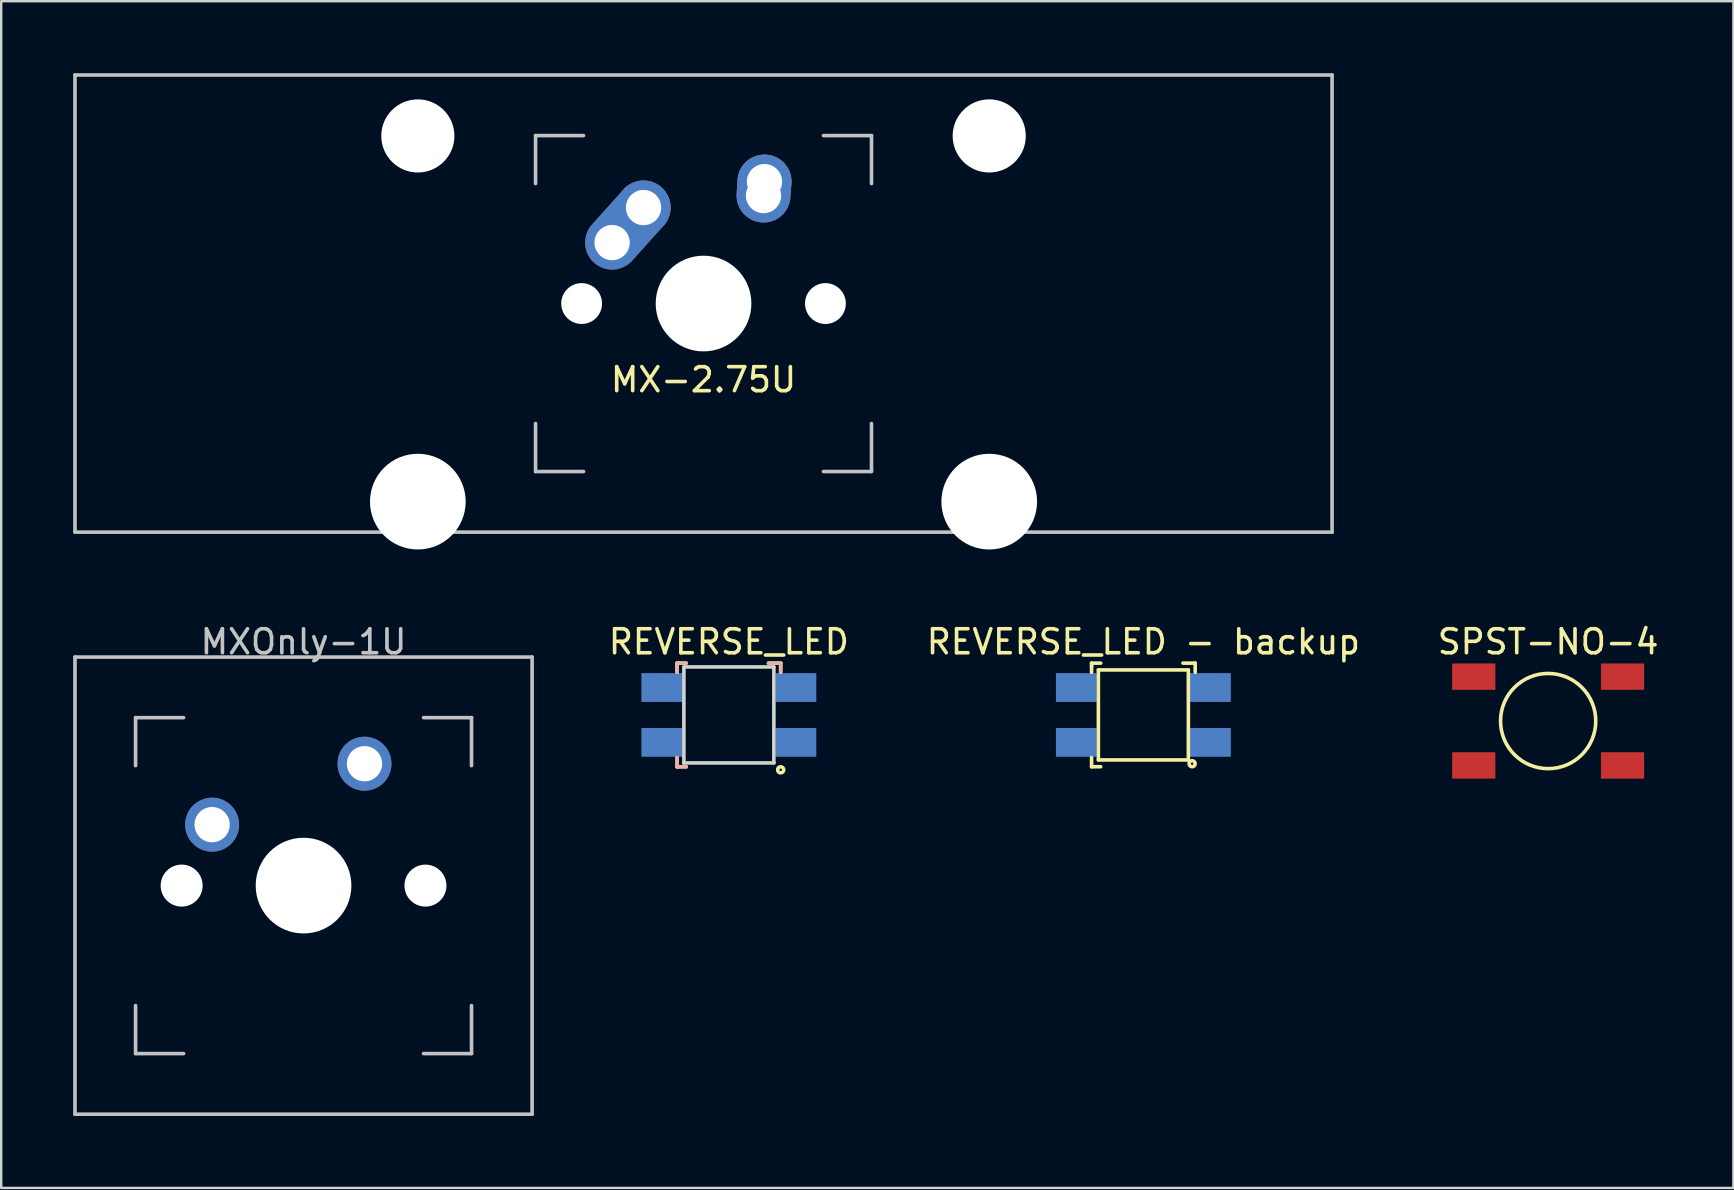
<source format=kicad_pcb>
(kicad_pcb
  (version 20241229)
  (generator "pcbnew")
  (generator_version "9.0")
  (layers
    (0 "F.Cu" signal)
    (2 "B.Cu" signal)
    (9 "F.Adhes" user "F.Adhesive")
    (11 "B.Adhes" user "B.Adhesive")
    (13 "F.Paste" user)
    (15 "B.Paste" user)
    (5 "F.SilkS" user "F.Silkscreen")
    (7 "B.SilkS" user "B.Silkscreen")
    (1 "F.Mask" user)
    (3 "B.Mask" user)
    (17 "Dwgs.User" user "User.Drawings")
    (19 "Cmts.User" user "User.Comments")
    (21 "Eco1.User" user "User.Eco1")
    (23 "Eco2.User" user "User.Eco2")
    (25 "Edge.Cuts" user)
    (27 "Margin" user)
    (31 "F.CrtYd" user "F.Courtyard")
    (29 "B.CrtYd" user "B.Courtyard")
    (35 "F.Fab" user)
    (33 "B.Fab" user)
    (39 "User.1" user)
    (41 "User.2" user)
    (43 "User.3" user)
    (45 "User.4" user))
  (footprint "MXOnly-1U"
    (layer "F.Cu")
    (at 9.6 33.857)
    (property "Reference" "MXOnly-1U" (at 0 -10.16 0) (layer "Dwgs.User") (effects (font (size 1 1) (thickness 0.15))))
    (attr through_hole)
    (fp_line (start -9.525 -9.525) (end 9.525 -9.525) (stroke (width 0.15) (type solid)) (layer "Dwgs.User"))
    (fp_line (start -9.525 9.525) (end -9.525 -9.525) (stroke (width 0.15) (type solid)) (layer "Dwgs.User"))
    (fp_line (start -7 -7) (end -7 -5) (stroke (width 0.15) (type solid)) (layer "Dwgs.User"))
    (fp_line (start -7 5) (end -7 7) (stroke (width 0.15) (type solid)) (layer "Dwgs.User"))
    (fp_line (start -7 7) (end -5 7) (stroke (width 0.15) (type solid)) (layer "Dwgs.User"))
    (fp_line (start -5 -7) (end -7 -7) (stroke (width 0.15) (type solid)) (layer "Dwgs.User"))
    (fp_line (start 5 -7) (end 7 -7) (stroke (width 0.15) (type solid)) (layer "Dwgs.User"))
    (fp_line (start 5 7) (end 7 7) (stroke (width 0.15) (type solid)) (layer "Dwgs.User"))
    (fp_line (start 7 -7) (end 7 -5) (stroke (width 0.15) (type solid)) (layer "Dwgs.User"))
    (fp_line (start 7 7) (end 7 5) (stroke (width 0.15) (type solid)) (layer "Dwgs.User"))
    (fp_line (start 9.525 -9.525) (end 9.525 9.525) (stroke (width 0.15) (type solid)) (layer "Dwgs.User"))
    (fp_line (start 9.525 9.525) (end -9.525 9.525) (stroke (width 0.15) (type solid)) (layer "Dwgs.User"))
    (pad "" np_thru_hole circle (at -5.08 0 48.1) (size 1.75 1.75) (drill 1.75) (layers "*.Cu" "*.Mask"))
    (pad "" np_thru_hole circle (at 0 0) (size 3.988 3.988) (drill 3.988) (layers "*.Cu" "*.Mask"))
    (pad "" np_thru_hole circle (at 5.08 0 48.1) (size 1.75 1.75) (drill 1.75) (layers "*.Cu" "*.Mask"))
    (pad "1" thru_hole circle (at -3.81 -2.54) (size 2.25 2.25) (drill 1.47) (layers "*.Cu" "B.Mask"))
    (pad "2" thru_hole circle (at 2.54 -5.08) (size 2.25 2.25) (drill 1.47) (layers "*.Cu" "B.Mask")))
  (footprint "REVERSE_LED - backup"
    (layer "F.Cu")
    (at 44.599 26.745)
    (property "Reference" "REVERSE_LED - backup" (at 0 -3.048 0) (layer "F.SilkS") (effects (font (size 1 1) (thickness 0.15))))
    (attr through_hole)
    (fp_line (start -2.159 -2.159) (end -1.778 -2.159) (stroke (width 0.15) (type solid)) (layer "F.SilkS"))
    (fp_line (start -2.159 -2.032) (end -2.159 -2.159) (stroke (width 0.15) (type solid)) (layer "F.SilkS"))
    (fp_line (start -2.159 -1.778) (end -2.159 -2.032) (stroke (width 0.15) (type solid)) (layer "F.SilkS"))
    (fp_line (start -2.159 1.778) (end -2.159 2.159) (stroke (width 0.15) (type solid)) (layer "F.SilkS"))
    (fp_line (start -2.159 2.159) (end -1.778 2.159) (stroke (width 0.15) (type solid)) (layer "F.SilkS"))
    (fp_line (start -1.875 -1.875) (end 1.875 -1.875) (stroke (width 0.15) (type solid)) (layer "F.SilkS"))
    (fp_line (start -1.875 1.875) (end -1.875 -1.875) (stroke (width 0.15) (type solid)) (layer "F.SilkS"))
    (fp_line (start 1.651 -2.159) (end 2.159 -2.159) (stroke (width 0.15) (type solid)) (layer "F.SilkS"))
    (fp_line (start 1.875 -1.875) (end 1.875 1.875) (stroke (width 0.15) (type solid)) (layer "F.SilkS"))
    (fp_line (start 1.875 1.875) (end -1.875 1.875) (stroke (width 0.15) (type solid)) (layer "F.SilkS"))
    (fp_line (start 2.159 -2.159) (end 2.159 -1.778) (stroke (width 0.15) (type solid)) (layer "F.SilkS"))
    (fp_circle (center 2.032 2.032) (end 2.083 2.032) (stroke (width 0.15) (type solid)) (fill no) (layer "F.SilkS"))
    (pad "1" smd rect (at -2.794 -1.143) (size 1.7 1.2) (layers "B.Cu" "B.Mask" "B.Paste"))
    (pad "2" smd rect (at -2.794 1.143) (size 1.7 1.2) (layers "B.Cu" "B.Mask" "B.Paste"))
    (pad "3" smd rect (at 2.794 -1.143) (size 1.7 1.2) (layers "B.Cu" "B.Mask" "B.Paste"))
    (pad "4" smd rect (at 2.794 1.143) (size 1.7 1.2) (layers "B.Cu" "B.Mask" "B.Paste")))
  (footprint "REVERSE_LED"
    (layer "F.Cu")
    (at 27.325 26.745)
    (property "Reference" "REVERSE_LED" (at 0 -3.048 0) (layer "F.SilkS") (effects (font (size 1 1) (thickness 0.15))))
    (attr through_hole)
    (fp_line (start -2.159 -2.159) (end -1.778 -2.159) (stroke (width 0.15) (type solid)) (layer "F.SilkS"))
    (fp_line (start -2.159 -2.032) (end -2.159 -2.159) (stroke (width 0.15) (type solid)) (layer "F.SilkS"))
    (fp_line (start -2.159 -1.778) (end -2.159 -2.032) (stroke (width 0.15) (type solid)) (layer "F.SilkS"))
    (fp_line (start -2.159 1.778) (end -2.159 2.159) (stroke (width 0.15) (type solid)) (layer "F.SilkS"))
    (fp_line (start -2.159 2.159) (end -1.778 2.159) (stroke (width 0.15) (type solid)) (layer "F.SilkS"))
    (fp_line (start 1.651 -2.159) (end 2.159 -2.159) (stroke (width 0.15) (type solid)) (layer "F.SilkS"))
    (fp_line (start 2.159 -2.159) (end 2.159 -1.778) (stroke (width 0.15) (type solid)) (layer "F.SilkS"))
    (fp_circle (center 2.159 2.286) (end 2.286 2.286) (stroke (width 0.15) (type solid)) (fill no) (layer "F.SilkS"))
    (fp_line (start -2.159 -2.159) (end -1.778 -2.159) (stroke (width 0.15) (type solid)) (layer "B.SilkS"))
    (fp_line (start -2.159 -1.778) (end -2.159 -2.159) (stroke (width 0.15) (type solid)) (layer "B.SilkS"))
    (fp_line (start -2.159 1.778) (end -2.159 2.159) (stroke (width 0.15) (type solid)) (layer "B.SilkS"))
    (fp_line (start -2.159 2.159) (end -1.778 2.159) (stroke (width 0.15) (type solid)) (layer "B.SilkS"))
    (fp_line (start 1.651 -2.159) (end 2.159 -2.159) (stroke (width 0.15) (type solid)) (layer "B.SilkS"))
    (fp_line (start 2.159 -2.159) (end 2.159 -1.778) (stroke (width 0.15) (type solid)) (layer "B.SilkS"))
    (fp_line (start -1.875 -2) (end 1.875 -2) (stroke (width 0.15) (type solid)) (layer "Edge.Cuts"))
    (fp_line (start -1.875 2) (end -1.875 -2) (stroke (width 0.15) (type solid)) (layer "Edge.Cuts"))
    (fp_line (start 1.875 -2) (end 1.875 2) (stroke (width 0.15) (type solid)) (layer "Edge.Cuts"))
    (fp_line (start 1.875 2) (end -1.875 2) (stroke (width 0.15) (type solid)) (layer "Edge.Cuts"))
    (pad "1" smd rect (at -2.794 -1.143) (size 1.7 1.2) (layers "B.Cu" "B.Mask" "B.Paste"))
    (pad "2" smd rect (at -2.794 1.143) (size 1.7 1.2) (layers "B.Cu" "B.Mask" "B.Paste"))
    (pad "3" smd rect (at 2.794 1.143) (size 1.7 1.2) (layers "B.Cu" "B.Mask" "B.Paste"))
    (pad "4" smd rect (at 2.794 -1.143) (size 1.7 1.2) (layers "B.Cu" "B.Mask" "B.Paste")))
  (footprint "MX-2.75U"
    (layer "F.Cu")
    (at 26.269 9.6)
    (property "Reference" "MX-2.75U" (at 0 3.175 0) (layer "F.SilkS") (effects (font (size 1 1) (thickness 0.15))))
    (attr through_hole)
    (fp_line (start -26.194 -9.525) (end 26.194 -9.525) (stroke (width 0.15) (type solid)) (layer "Dwgs.User"))
    (fp_line (start -26.194 9.525) (end -26.194 -9.525) (stroke (width 0.15) (type solid)) (layer "Dwgs.User"))
    (fp_line (start -26.194 9.525) (end 26.194 9.525) (stroke (width 0.15) (type solid)) (layer "Dwgs.User"))
    (fp_line (start -7 -7) (end -7 -5) (stroke (width 0.15) (type solid)) (layer "Dwgs.User"))
    (fp_line (start -7 5) (end -7 7) (stroke (width 0.15) (type solid)) (layer "Dwgs.User"))
    (fp_line (start -7 7) (end -5 7) (stroke (width 0.15) (type solid)) (layer "Dwgs.User"))
    (fp_line (start -5 -7) (end -7 -7) (stroke (width 0.15) (type solid)) (layer "Dwgs.User"))
    (fp_line (start 5 -7) (end 7 -7) (stroke (width 0.15) (type solid)) (layer "Dwgs.User"))
    (fp_line (start 5 7) (end 7 7) (stroke (width 0.15) (type solid)) (layer "Dwgs.User"))
    (fp_line (start 7 -7) (end 7 -5) (stroke (width 0.15) (type solid)) (layer "Dwgs.User"))
    (fp_line (start 7 7) (end 7 5) (stroke (width 0.15) (type solid)) (layer "Dwgs.User"))
    (fp_line (start 26.194 -9.525) (end 26.194 9.525) (stroke (width 0.15) (type solid)) (layer "Dwgs.User"))
    (pad "" np_thru_hole circle (at -11.906 -6.985) (size 3.048 3.048) (drill 3.048) (layers "*.Cu" "*.Mask"))
    (pad "" np_thru_hole circle (at -11.906 8.255) (size 3.988 3.988) (drill 3.988) (layers "*.Cu" "*.Mask"))
    (pad "" np_thru_hole circle (at -5.08 0 48.1) (size 1.702 1.702) (drill 1.702) (layers "*.Cu" "*.Mask"))
    (pad "" np_thru_hole circle (at 0 0) (size 3.988 3.988) (drill 3.988) (layers "*.Cu" "*.Mask"))
    (pad "" np_thru_hole circle (at 5.08 0 48.1) (size 1.702 1.702) (drill 1.702) (layers "*.Cu" "*.Mask"))
    (pad "" np_thru_hole circle (at 11.906 -6.985) (size 3.048 3.048) (drill 3.048) (layers "*.Cu" "*.Mask"))
    (pad "" np_thru_hole circle (at 11.906 8.255) (size 3.988 3.988) (drill 3.988) (layers "*.Cu" "*.Mask"))
    (pad "1" thru_hole oval (at -3.81 -2.54 48.1) (size 4.212 2.25) (drill 1.47 (offset 0.981 0)) (layers "*.Cu" "*.Mask"))
    (pad "1" thru_hole circle (at -2.5 -4) (size 2.25 2.25) (drill 1.47) (layers "*.Cu" "*.Mask"))
    (pad "2" thru_hole oval (at 2.5 -4.5 86.055) (size 2.831 2.25) (drill 1.47 (offset 0.291 0)) (layers "*.Cu" "*.Mask"))
    (pad "2" thru_hole circle (at 2.54 -5.08) (size 2.25 2.25) (drill 1.47) (layers "*.Cu" "*.Mask")))
  (footprint "SPST-NO-4"
    (layer "F.Cu")
    (at 61.468 26.999)
    (property "Reference" "SPST-NO-4" (at 0 -3.302 0) (layer "F.SilkS") (effects (font (size 1 1) (thickness 0.15))))
    (attr through_hole)
    (fp_circle (center 0 0) (end 1.524 1.27) (stroke (width 0.15) (type solid)) (fill no) (layer "F.SilkS"))
    (pad "1" smd rect (at -3.1 -1.85) (size 1.8 1.1) (layers "F.Cu" "F.Mask" "F.Paste"))
    (pad "2" smd rect (at -3.1 1.85) (size 1.8 1.1) (layers "F.Cu" "F.Mask" "F.Paste"))
    (pad "3" smd rect (at 3.1 1.85) (size 1.8 1.1) (layers "F.Cu" "F.Mask" "F.Paste"))
    (pad "4" smd rect (at 3.1 -1.85) (size 1.8 1.1) (layers "F.Cu" "F.Mask" "F.Paste")))
  (gr_rect
    (start -3 -3)
    (end 69.188 46.457)
    (stroke (width 0.1) (type default))
    (fill no)
    (layer "Edge.Cuts")))
</source>
